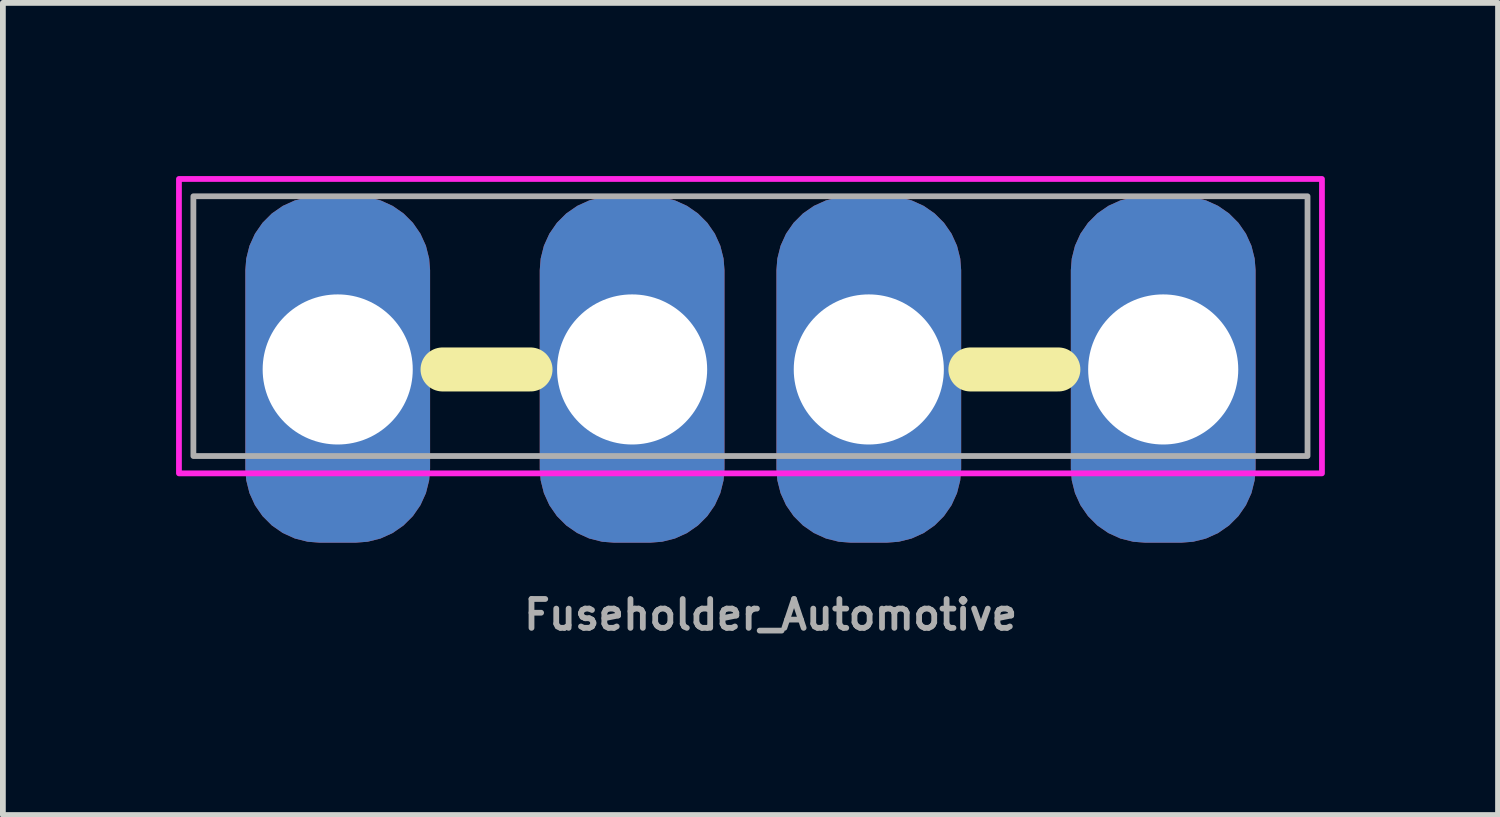
<source format=kicad_pcb>
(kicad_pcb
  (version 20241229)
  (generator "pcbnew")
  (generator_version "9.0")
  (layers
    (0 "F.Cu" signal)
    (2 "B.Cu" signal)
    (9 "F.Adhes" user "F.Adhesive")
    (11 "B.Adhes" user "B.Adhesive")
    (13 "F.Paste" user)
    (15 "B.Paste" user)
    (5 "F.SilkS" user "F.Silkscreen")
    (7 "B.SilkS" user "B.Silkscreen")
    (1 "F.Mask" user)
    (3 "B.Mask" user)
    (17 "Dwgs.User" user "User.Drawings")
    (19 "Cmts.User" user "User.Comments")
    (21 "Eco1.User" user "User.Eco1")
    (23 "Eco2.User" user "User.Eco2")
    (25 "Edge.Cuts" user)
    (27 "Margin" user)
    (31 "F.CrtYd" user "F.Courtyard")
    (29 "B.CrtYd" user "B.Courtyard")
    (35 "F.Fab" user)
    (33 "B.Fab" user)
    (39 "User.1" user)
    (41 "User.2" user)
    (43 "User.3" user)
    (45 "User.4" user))
  (footprint "Fuseholder_Automotive"
    (layer "F.Cu")
    (at 9.95 3.35)
    (property "Reference" "Fuseholder_Automotive" (at 0.35 4.25 0) (layer "F.Fab") (effects (font (size 0.5 0.5) (thickness 0.1))))
    (attr through_hole)
    (fp_line (start -3.81 0) (end -5.334 0) (stroke (width 0.762) (type default)) (layer "F.SilkS"))
    (fp_line (start 5.334 0) (end 3.81 0) (stroke (width 0.762) (type default)) (layer "F.SilkS"))
    (fp_rect (start 9.9 -3.3) (end -9.9 1.8) (stroke (width 0.1) (type default)) (fill no) (layer "F.CrtYd"))
    (fp_rect (start -9.65 -3) (end 9.65 1.5) (stroke (width 0.1) (type default)) (fill no) (layer "F.Fab"))
    (pad "1" thru_hole roundrect (at -7.15 0) (size 3.2 6) (drill 2.6) (layers "*.Cu" "*.Mask") (roundrect_rratio 0.4))
    (pad "1" thru_hole roundrect (at -2.05 0) (size 3.2 6) (drill 2.6) (layers "*.Cu" "*.Mask") (roundrect_rratio 0.4))
    (pad "2" thru_hole roundrect (at 2.05 0) (size 3.2 6) (drill 2.6) (layers "*.Cu" "*.Mask") (roundrect_rratio 0.4))
    (pad "2" thru_hole roundrect (at 7.15 0) (size 3.2 6) (drill 2.6) (layers "*.Cu" "*.Mask") (roundrect_rratio 0.4)))
  (gr_rect
    (start -3 -3)
    (end 22.9 11.068)
    (stroke (width 0.1) (type default))
    (fill no)
    (layer "Edge.Cuts")))
</source>
